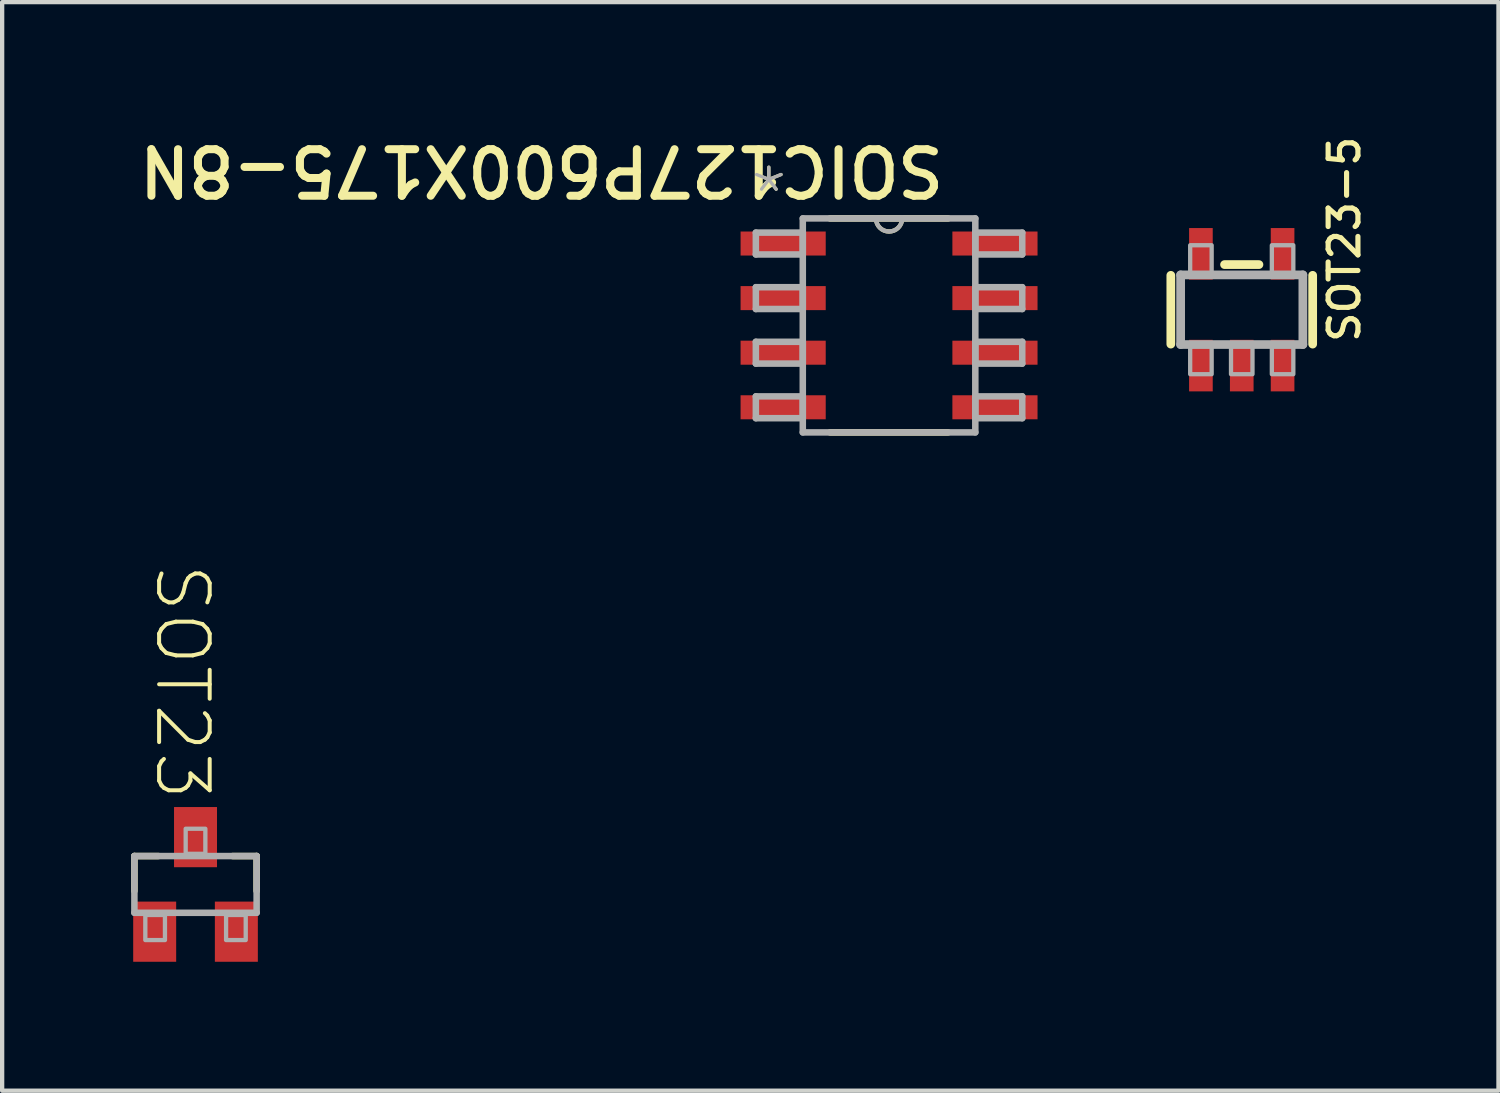
<source format=kicad_pcb>
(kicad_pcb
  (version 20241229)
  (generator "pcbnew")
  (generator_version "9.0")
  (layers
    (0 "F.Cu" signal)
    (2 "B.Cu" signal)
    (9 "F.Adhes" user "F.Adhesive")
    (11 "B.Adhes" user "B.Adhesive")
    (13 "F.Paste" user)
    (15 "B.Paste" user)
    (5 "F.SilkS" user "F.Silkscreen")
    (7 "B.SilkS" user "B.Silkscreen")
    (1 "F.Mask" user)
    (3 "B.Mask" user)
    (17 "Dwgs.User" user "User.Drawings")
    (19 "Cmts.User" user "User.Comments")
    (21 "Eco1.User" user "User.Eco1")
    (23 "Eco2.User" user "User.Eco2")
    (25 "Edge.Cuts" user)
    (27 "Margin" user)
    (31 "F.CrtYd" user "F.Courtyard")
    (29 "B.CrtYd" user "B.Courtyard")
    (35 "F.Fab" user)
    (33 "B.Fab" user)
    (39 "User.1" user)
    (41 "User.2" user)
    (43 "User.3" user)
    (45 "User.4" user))
  (footprint "SOT23"
    (layer "F.Cu")
    (at 1.499 17.527)
    (property "Reference" "SOT23" (at 0.381 -1.905 270) (unlocked yes) (layer "F.SilkS") (effects (font (size 1.177 1.177) (thickness 0.093)) (justify right top)))
    (fp_line (start -1.422 -0.66) (end -0.864 -0.66) (stroke (width 0.152) (type solid)) (layer "F.SilkS"))
    (fp_line (start -1.422 0.152) (end -1.422 -0.66) (stroke (width 0.152) (type solid)) (layer "F.SilkS"))
    (fp_line (start 0.864 -0.66) (end 1.422 -0.66) (stroke (width 0.152) (type solid)) (layer "F.SilkS"))
    (fp_line (start 1.422 -0.66) (end 1.422 0.152) (stroke (width 0.152) (type solid)) (layer "F.SilkS"))
    (fp_line (start -1.422 -0.66) (end 1.422 -0.66) (stroke (width 0.152) (type solid)) (layer "F.Fab"))
    (fp_line (start -1.422 0.66) (end -1.422 -0.66) (stroke (width 0.152) (type solid)) (layer "F.Fab"))
    (fp_line (start 1.422 -0.66) (end 1.422 0.66) (stroke (width 0.152) (type solid)) (layer "F.Fab"))
    (fp_line (start 1.422 0.66) (end -1.422 0.66) (stroke (width 0.152) (type solid)) (layer "F.Fab"))
    (fp_poly (pts (xy -1.168 1.295) (xy -0.711 1.295) (xy -0.711 0.711) (xy -1.168 0.711)) (stroke (width 0.1) (type default)) (fill no) (layer "F.Fab"))
    (fp_poly (pts (xy -0.229 -0.711) (xy 0.229 -0.711) (xy 0.229 -1.295) (xy -0.229 -1.295)) (stroke (width 0.1) (type default)) (fill no) (layer "F.Fab"))
    (fp_poly (pts (xy 0.711 1.295) (xy 1.168 1.295) (xy 1.168 0.711) (xy 0.711 0.711)) (stroke (width 0.1) (type default)) (fill no) (layer "F.Fab"))
    (pad "1" smd rect (at -0.95 1.1) (size 1 1.4) (layers "F.Cu" "F.Mask" "F.Paste"))
    (pad "2" smd rect (at 0.95 1.1) (size 1 1.4) (layers "F.Cu" "F.Mask" "F.Paste"))
    (pad "3" smd rect (at 0 -1.1) (size 1 1.4) (layers "F.Cu" "F.Mask" "F.Paste")))
  (footprint "SOT23-5"
    (layer "F.Cu")
    (at 25.841 4.156)
    (property "Reference" "SOT23-5" (at 2.794 0.816 90) (unlocked yes) (layer "F.SilkS") (effects (font (size 0.693 0.693) (thickness 0.12)) (justify left bottom)))
    (fp_line (start -1.65 -0.8) (end -1.65 0.8) (stroke (width 0.203) (type solid)) (layer "F.SilkS"))
    (fp_line (start -0.4 -1.05) (end 0.4 -1.05) (stroke (width 0.203) (type solid)) (layer "F.SilkS"))
    (fp_line (start 1.65 -0.8) (end 1.65 0.8) (stroke (width 0.203) (type solid)) (layer "F.SilkS"))
    (fp_line (start -1.422 -0.81) (end 1.422 -0.81) (stroke (width 0.203) (type solid)) (layer "F.Fab"))
    (fp_line (start -1.422 0.81) (end -1.422 -0.81) (stroke (width 0.203) (type solid)) (layer "F.Fab"))
    (fp_line (start 1.422 -0.81) (end 1.422 0.81) (stroke (width 0.203) (type solid)) (layer "F.Fab"))
    (fp_line (start 1.422 0.81) (end -1.422 0.81) (stroke (width 0.203) (type solid)) (layer "F.Fab"))
    (fp_poly (pts (xy -1.2 -0.85) (xy -0.7 -0.85) (xy -0.7 -1.5) (xy -1.2 -1.5)) (stroke (width 0.1) (type default)) (fill no) (layer "F.Fab"))
    (fp_poly (pts (xy -1.2 1.5) (xy -0.7 1.5) (xy -0.7 0.85) (xy -1.2 0.85)) (stroke (width 0.1) (type default)) (fill no) (layer "F.Fab"))
    (fp_poly (pts (xy -0.25 1.5) (xy 0.25 1.5) (xy 0.25 0.85) (xy -0.25 0.85)) (stroke (width 0.1) (type default)) (fill no) (layer "F.Fab"))
    (fp_poly (pts (xy 0.7 -0.85) (xy 1.2 -0.85) (xy 1.2 -1.5) (xy 0.7 -1.5)) (stroke (width 0.1) (type default)) (fill no) (layer "F.Fab"))
    (fp_poly (pts (xy 0.7 1.5) (xy 1.2 1.5) (xy 1.2 0.85) (xy 0.7 0.85)) (stroke (width 0.1) (type default)) (fill no) (layer "F.Fab"))
    (pad "1" smd rect (at -0.95 1.3) (size 0.55 1.2) (layers "F.Cu" "F.Mask" "F.Paste"))
    (pad "2" smd rect (at 0 1.3) (size 0.55 1.2) (layers "F.Cu" "F.Mask" "F.Paste"))
    (pad "3" smd rect (at 0.95 1.3) (size 0.55 1.2) (layers "F.Cu" "F.Mask" "F.Paste"))
    (pad "4" smd rect (at 0.95 -1.3) (size 0.55 1.2) (layers "F.Cu" "F.Mask" "F.Paste"))
    (pad "5" smd rect (at -0.95 -1.3) (size 0.55 1.2) (layers "F.Cu" "F.Mask" "F.Paste")))
  (footprint "SOIC127P600X175-8N"
    (layer "F.Cu")
    (at 17.635 4.521)
    (property "Reference" "SOIC127P600X175-8N" (at 1.372 -4.242 180) (unlocked yes) (layer "F.SilkS") (effects (font (size 1.083 1.083) (thickness 0.187)) (justify left bottom)))
    (fp_line (start -1.372 2.489) (end 1.372 2.489) (stroke (width 0.152) (type solid)) (layer "F.SilkS"))
    (fp_line (start -0.305 -2.489) (end -1.372 -2.489) (stroke (width 0.152) (type solid)) (layer "F.SilkS"))
    (fp_line (start 0.305 -2.489) (end -0.305 -2.489) (stroke (width 0.152) (type solid)) (layer "F.SilkS"))
    (fp_line (start 1.372 -2.489) (end 0.305 -2.489) (stroke (width 0.152) (type solid)) (layer "F.SilkS"))
    (fp_arc (start 0.3048 -2.4892) (mid 0 -2.1844) (end -0.3048 -2.4892) (stroke (width 0.1) (type solid)) (layer "F.SilkS"))
    (fp_line (start -3.099 -2.159) (end -3.099 -1.651) (stroke (width 0.152) (type solid)) (layer "F.Fab"))
    (fp_line (start -3.099 -1.651) (end -2.007 -1.651) (stroke (width 0.152) (type solid)) (layer "F.Fab"))
    (fp_line (start -3.099 -0.889) (end -3.099 -0.381) (stroke (width 0.152) (type solid)) (layer "F.Fab"))
    (fp_line (start -3.099 -0.381) (end -2.007 -0.381) (stroke (width 0.152) (type solid)) (layer "F.Fab"))
    (fp_line (start -3.099 0.381) (end -3.099 0.889) (stroke (width 0.152) (type solid)) (layer "F.Fab"))
    (fp_line (start -3.099 0.889) (end -2.007 0.889) (stroke (width 0.152) (type solid)) (layer "F.Fab"))
    (fp_line (start -3.099 1.651) (end -3.099 2.159) (stroke (width 0.152) (type solid)) (layer "F.Fab"))
    (fp_line (start -3.099 2.159) (end -2.007 2.159) (stroke (width 0.152) (type solid)) (layer "F.Fab"))
    (fp_line (start -2.007 -2.489) (end -2.007 2.489) (stroke (width 0.152) (type solid)) (layer "F.Fab"))
    (fp_line (start -2.007 -2.159) (end -3.099 -2.159) (stroke (width 0.152) (type solid)) (layer "F.Fab"))
    (fp_line (start -2.007 -1.651) (end -2.007 -2.159) (stroke (width 0.152) (type solid)) (layer "F.Fab"))
    (fp_line (start -2.007 -0.889) (end -3.099 -0.889) (stroke (width 0.152) (type solid)) (layer "F.Fab"))
    (fp_line (start -2.007 -0.381) (end -2.007 -0.889) (stroke (width 0.152) (type solid)) (layer "F.Fab"))
    (fp_line (start -2.007 0.381) (end -3.099 0.381) (stroke (width 0.152) (type solid)) (layer "F.Fab"))
    (fp_line (start -2.007 0.889) (end -2.007 0.381) (stroke (width 0.152) (type solid)) (layer "F.Fab"))
    (fp_line (start -2.007 1.651) (end -3.099 1.651) (stroke (width 0.152) (type solid)) (layer "F.Fab"))
    (fp_line (start -2.007 2.159) (end -2.007 1.651) (stroke (width 0.152) (type solid)) (layer "F.Fab"))
    (fp_line (start -2.007 2.489) (end 2.007 2.489) (stroke (width 0.152) (type solid)) (layer "F.Fab"))
    (fp_line (start -0.305 -2.489) (end -2.007 -2.489) (stroke (width 0.152) (type solid)) (layer "F.Fab"))
    (fp_line (start 0.305 -2.489) (end -0.305 -2.489) (stroke (width 0.152) (type solid)) (layer "F.Fab"))
    (fp_line (start 2.007 -2.489) (end 0.305 -2.489) (stroke (width 0.152) (type solid)) (layer "F.Fab"))
    (fp_line (start 2.007 -2.159) (end 2.007 -1.651) (stroke (width 0.152) (type solid)) (layer "F.Fab"))
    (fp_line (start 2.007 -1.651) (end 3.099 -1.651) (stroke (width 0.152) (type solid)) (layer "F.Fab"))
    (fp_line (start 2.007 -0.889) (end 2.007 -0.381) (stroke (width 0.152) (type solid)) (layer "F.Fab"))
    (fp_line (start 2.007 -0.381) (end 3.099 -0.381) (stroke (width 0.152) (type solid)) (layer "F.Fab"))
    (fp_line (start 2.007 0.381) (end 2.007 0.889) (stroke (width 0.152) (type solid)) (layer "F.Fab"))
    (fp_line (start 2.007 0.889) (end 3.099 0.889) (stroke (width 0.152) (type solid)) (layer "F.Fab"))
    (fp_line (start 2.007 1.651) (end 2.007 2.159) (stroke (width 0.152) (type solid)) (layer "F.Fab"))
    (fp_line (start 2.007 2.159) (end 3.099 2.159) (stroke (width 0.152) (type solid)) (layer "F.Fab"))
    (fp_line (start 2.007 2.489) (end 2.007 -2.489) (stroke (width 0.152) (type solid)) (layer "F.Fab"))
    (fp_line (start 3.099 -2.159) (end 2.007 -2.159) (stroke (width 0.152) (type solid)) (layer "F.Fab"))
    (fp_line (start 3.099 -1.651) (end 3.099 -2.159) (stroke (width 0.152) (type solid)) (layer "F.Fab"))
    (fp_line (start 3.099 -0.889) (end 2.007 -0.889) (stroke (width 0.152) (type solid)) (layer "F.Fab"))
    (fp_line (start 3.099 -0.381) (end 3.099 -0.889) (stroke (width 0.152) (type solid)) (layer "F.Fab"))
    (fp_line (start 3.099 0.381) (end 2.007 0.381) (stroke (width 0.152) (type solid)) (layer "F.Fab"))
    (fp_line (start 3.099 0.889) (end 3.099 0.381) (stroke (width 0.152) (type solid)) (layer "F.Fab"))
    (fp_line (start 3.099 1.651) (end 2.007 1.651) (stroke (width 0.152) (type solid)) (layer "F.Fab"))
    (fp_line (start 3.099 2.159) (end 3.099 1.651) (stroke (width 0.152) (type solid)) (layer "F.Fab"))
    (fp_arc (start 0.3048 -2.4892) (mid 0 -2.1844) (end -0.3048 -2.4892) (stroke (width 0.1) (type solid)) (layer "F.Fab"))
    (fp_text user "*" (at -3.302 -2.337 0) (unlocked yes) (layer "F.SilkS") (effects (font (size 1.194 1.194) (thickness 0.076)) (justify left bottom)))
    (fp_text user "*" (at -3.302 -2.337 0) (unlocked yes) (layer "F.Fab") (effects (font (size 1.194 1.194) (thickness 0.076)) (justify left bottom)))
    (pad "1" smd rect (at -2.464 -1.905) (size 1.981 0.559) (layers "F.Cu" "F.Mask" "F.Paste"))
    (pad "2" smd rect (at -2.464 -0.635) (size 1.981 0.559) (layers "F.Cu" "F.Mask" "F.Paste"))
    (pad "3" smd rect (at -2.464 0.635) (size 1.981 0.559) (layers "F.Cu" "F.Mask" "F.Paste"))
    (pad "4" smd rect (at -2.464 1.905) (size 1.981 0.559) (layers "F.Cu" "F.Mask" "F.Paste"))
    (pad "5" smd rect (at 2.464 1.905) (size 1.981 0.559) (layers "F.Cu" "F.Mask" "F.Paste"))
    (pad "6" smd rect (at 2.464 0.635) (size 1.981 0.559) (layers "F.Cu" "F.Mask" "F.Paste"))
    (pad "7" smd rect (at 2.464 -0.635) (size 1.981 0.559) (layers "F.Cu" "F.Mask" "F.Paste"))
    (pad "8" smd rect (at 2.464 -1.905) (size 1.981 0.559) (layers "F.Cu" "F.Mask" "F.Paste")))
  (gr_rect
    (start -3 -3)
    (end 31.814 22.327)
    (stroke (width 0.1) (type default))
    (fill no)
    (layer "Edge.Cuts")))
</source>
